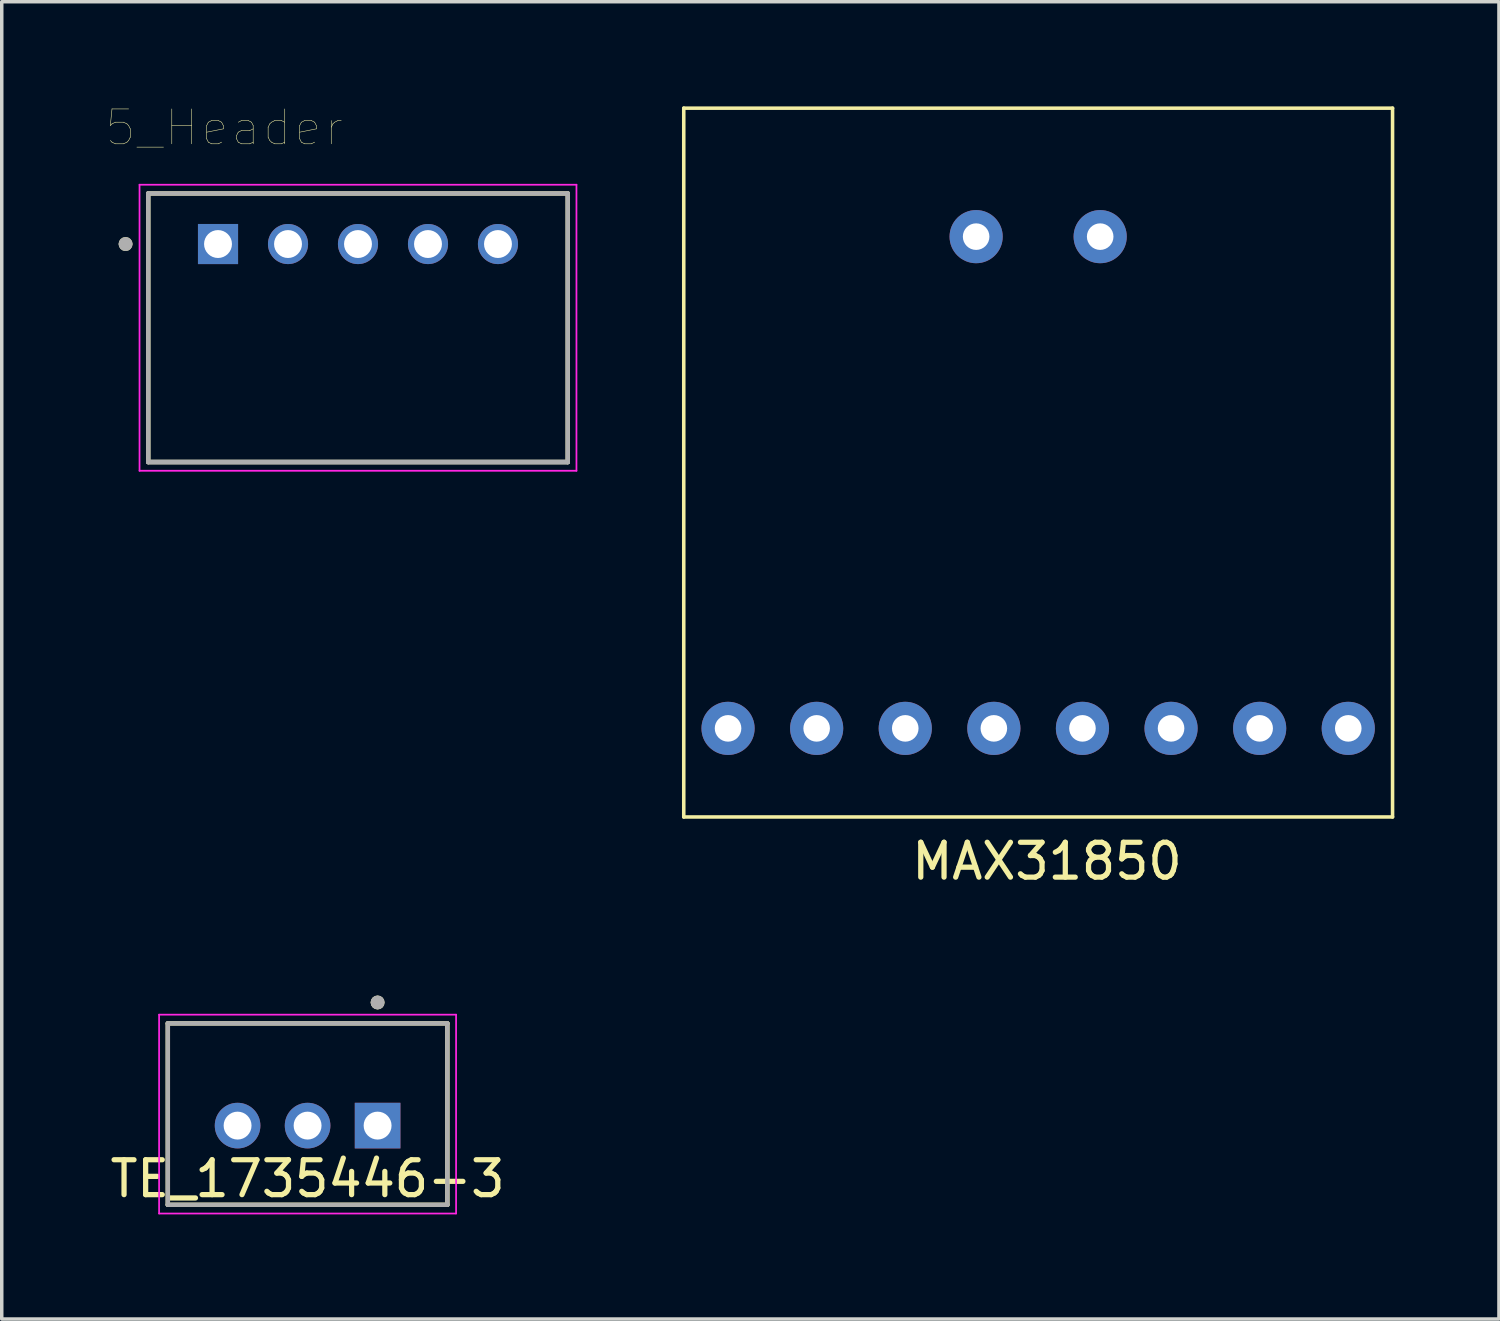
<source format=kicad_pcb>
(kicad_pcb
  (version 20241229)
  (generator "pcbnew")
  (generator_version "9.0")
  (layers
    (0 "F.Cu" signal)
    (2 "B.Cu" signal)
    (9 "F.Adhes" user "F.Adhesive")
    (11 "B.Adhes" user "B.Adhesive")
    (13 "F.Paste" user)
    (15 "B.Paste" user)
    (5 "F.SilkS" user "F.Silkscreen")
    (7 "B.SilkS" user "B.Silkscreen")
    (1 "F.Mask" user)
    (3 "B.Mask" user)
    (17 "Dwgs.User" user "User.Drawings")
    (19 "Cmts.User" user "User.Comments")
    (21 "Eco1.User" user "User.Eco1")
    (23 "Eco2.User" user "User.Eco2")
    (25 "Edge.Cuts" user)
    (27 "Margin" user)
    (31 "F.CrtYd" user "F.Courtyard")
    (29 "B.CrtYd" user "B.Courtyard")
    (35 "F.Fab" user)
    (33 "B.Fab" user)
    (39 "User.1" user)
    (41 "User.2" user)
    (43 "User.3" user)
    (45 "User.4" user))
  (footprint "5_Header"
    (layer "F.Cu")
    (at 3.2 3.946)
    (property "Reference" "5_Header" (at 0.175 -3.335 0) (layer "F.SilkS") (effects (font (size 1 1) (thickness 0.015))))
    (attr through_hole)
    (fp_line (start -2 6.25) (end -2 -1.45) (stroke (width 0.127) (type solid)) (layer "F.SilkS"))
    (fp_line (start 10.026 -1.45) (end -2 -1.45) (stroke (width 0.127) (type solid)) (layer "F.SilkS"))
    (fp_line (start 10.026 -1.45) (end 10.026 6.25) (stroke (width 0.127) (type solid)) (layer "F.SilkS"))
    (fp_line (start 10.026 6.25) (end -2 6.25) (stroke (width 0.127) (type solid)) (layer "F.SilkS"))
    (fp_circle (center -2.65 0) (end -2.55 0) (stroke (width 0.2) (type solid)) (fill no) (layer "F.SilkS"))
    (fp_line (start -2.25 -1.7) (end 10.276 -1.7) (stroke (width 0.05) (type solid)) (layer "F.CrtYd"))
    (fp_line (start -2.25 6.5) (end -2.25 -1.7) (stroke (width 0.05) (type solid)) (layer "F.CrtYd"))
    (fp_line (start 10.276 -1.7) (end 10.276 6.5) (stroke (width 0.05) (type solid)) (layer "F.CrtYd"))
    (fp_line (start 10.276 6.5) (end -2.25 6.5) (stroke (width 0.05) (type solid)) (layer "F.CrtYd"))
    (fp_line (start -2 -1.45) (end 10.026 -1.45) (stroke (width 0.127) (type solid)) (layer "F.Fab"))
    (fp_line (start -2 6.25) (end -2 -1.45) (stroke (width 0.127) (type solid)) (layer "F.Fab"))
    (fp_line (start -2 6.25) (end -2 6.25) (stroke (width 0.127) (type solid)) (layer "F.Fab"))
    (fp_line (start -2 6.25) (end 10.026 6.25) (stroke (width 0.127) (type solid)) (layer "F.Fab"))
    (fp_line (start 10.026 -1.45) (end 10.026 6.25) (stroke (width 0.127) (type solid)) (layer "F.Fab"))
    (fp_line (start 10.026 6.25) (end -2 6.25) (stroke (width 0.127) (type solid)) (layer "F.Fab"))
    (fp_line (start 10.026 6.25) (end 10.026 6.25) (stroke (width 0.127) (type solid)) (layer "F.Fab"))
    (fp_circle (center -2.65 0) (end -2.55 0) (stroke (width 0.2) (type solid)) (fill no) (layer "F.Fab"))
    (pad "1" thru_hole rect (at 0 0) (size 1.15 1.15) (drill 0.8) (layers "*.Cu" "*.Mask"))
    (pad "2" thru_hole circle (at 2.007 0) (size 1.15 1.15) (drill 0.8) (layers "*.Cu" "*.Mask"))
    (pad "3" thru_hole circle (at 4.013 0) (size 1.15 1.15) (drill 0.8) (layers "*.Cu" "*.Mask"))
    (pad "4" thru_hole circle (at 6.02 0) (size 1.15 1.15) (drill 0.8) (layers "*.Cu" "*.Mask"))
    (pad "5" thru_hole circle (at 8.026 0) (size 1.15 1.15) (drill 0.8) (layers "*.Cu" "*.Mask")))
  (footprint "MAX31850"
    (layer "F.Cu")
    (at 26.712 10.211)
    (property "Reference" "MAX31850" (at 0.254 11.43 0) (layer "F.SilkS") (effects (font (size 1 1) (thickness 0.15))))
    (attr through_hole)
    (fp_line (start -10.16 10.16) (end -10.16 -10.16) (stroke (width 0.102) (type solid)) (layer "F.SilkS"))
    (fp_line (start -10.16 10.16) (end 10.16 10.16) (stroke (width 0.102) (type solid)) (layer "F.SilkS"))
    (fp_line (start 10.16 -10.16) (end -10.16 -10.16) (stroke (width 0.102) (type solid)) (layer "F.SilkS"))
    (fp_line (start 10.16 -10.16) (end 10.16 10.16) (stroke (width 0.102) (type solid)) (layer "F.SilkS"))
    (pad "1" thru_hole circle (at -8.89 7.62) (size 1.524 1.524) (drill 0.762) (layers "*.Cu" "*.Mask"))
    (pad "2" thru_hole circle (at -6.35 7.62) (size 1.524 1.524) (drill 0.762) (layers "*.Cu" "*.Mask"))
    (pad "3" thru_hole circle (at -3.81 7.62) (size 1.524 1.524) (drill 0.762) (layers "*.Cu" "*.Mask"))
    (pad "4" thru_hole circle (at -1.27 7.62) (size 1.524 1.524) (drill 0.762) (layers "*.Cu" "*.Mask"))
    (pad "5" thru_hole circle (at 1.27 7.62) (size 1.524 1.524) (drill 0.762) (layers "*.Cu" "*.Mask"))
    (pad "6" thru_hole circle (at 3.81 7.62) (size 1.524 1.524) (drill 0.762) (layers "*.Cu" "*.Mask"))
    (pad "7" thru_hole circle (at 6.35 7.62) (size 1.524 1.524) (drill 0.762) (layers "*.Cu" "*.Mask"))
    (pad "8" thru_hole circle (at 8.89 7.62) (size 1.524 1.524) (drill 0.762) (layers "*.Cu" "*.Mask"))
    (pad "9" thru_hole circle (at 1.778 -6.477) (size 1.524 1.524) (drill 0.762) (layers "*.Cu" "*.Mask"))
    (pad "10" thru_hole circle (at -1.778 -6.477) (size 1.524 1.524) (drill 0.762) (layers "*.Cu" "*.Mask")))
  (footprint "TE_1735446-3"
    (layer "F.Cu")
    (at 5.768 29.219)
    (property "Reference" "TE_1735446-3" (at 0 1.524 0) (layer "F.SilkS") (effects (font (size 1 1) (thickness 0.15))))
    (attr through_hole)
    (fp_line (start -4.007 -2.93) (end 4.007 -2.93) (stroke (width 0.127) (type solid)) (layer "F.SilkS"))
    (fp_line (start -4.007 2.27) (end -4.007 -2.93) (stroke (width 0.127) (type solid)) (layer "F.SilkS"))
    (fp_line (start 4.007 -2.93) (end 4.007 2.27) (stroke (width 0.127) (type solid)) (layer "F.SilkS"))
    (fp_line (start 4.007 2.27) (end -4.007 2.27) (stroke (width 0.127) (type solid)) (layer "F.SilkS"))
    (fp_circle (center 2.007 -3.53) (end 2.107 -3.53) (stroke (width 0.2) (type solid)) (fill no) (layer "F.SilkS"))
    (fp_line (start -4.257 -3.18) (end 4.257 -3.18) (stroke (width 0.05) (type solid)) (layer "F.CrtYd"))
    (fp_line (start -4.257 2.52) (end -4.257 -3.18) (stroke (width 0.05) (type solid)) (layer "F.CrtYd"))
    (fp_line (start 4.257 -3.18) (end 4.257 2.52) (stroke (width 0.05) (type solid)) (layer "F.CrtYd"))
    (fp_line (start 4.257 2.52) (end -4.257 2.52) (stroke (width 0.05) (type solid)) (layer "F.CrtYd"))
    (fp_line (start -4.007 -2.93) (end 4.007 -2.93) (stroke (width 0.127) (type solid)) (layer "F.Fab"))
    (fp_line (start -4.007 2.27) (end -4.007 -2.93) (stroke (width 0.127) (type solid)) (layer "F.Fab"))
    (fp_line (start 4.007 -2.93) (end 4.007 2.27) (stroke (width 0.127) (type solid)) (layer "F.Fab"))
    (fp_line (start 4.007 2.27) (end -4.007 2.27) (stroke (width 0.127) (type solid)) (layer "F.Fab"))
    (fp_circle (center 2.007 -3.53) (end 2.107 -3.53) (stroke (width 0.2) (type solid)) (fill no) (layer "F.Fab"))
    (pad "1" thru_hole rect (at 2.007 0) (size 1.308 1.308) (drill 0.8) (layers "*.Cu" "*.Mask"))
    (pad "2" thru_hole circle (at 0 0) (size 1.308 1.308) (drill 0.8) (layers "*.Cu" "*.Mask"))
    (pad "3" thru_hole circle (at -2.007 0) (size 1.308 1.308) (drill 0.8) (layers "*.Cu" "*.Mask")))
  (gr_rect
    (start -3 -3)
    (end 39.922 34.764)
    (stroke (width 0.1) (type default))
    (fill no)
    (layer "Edge.Cuts")))
</source>
